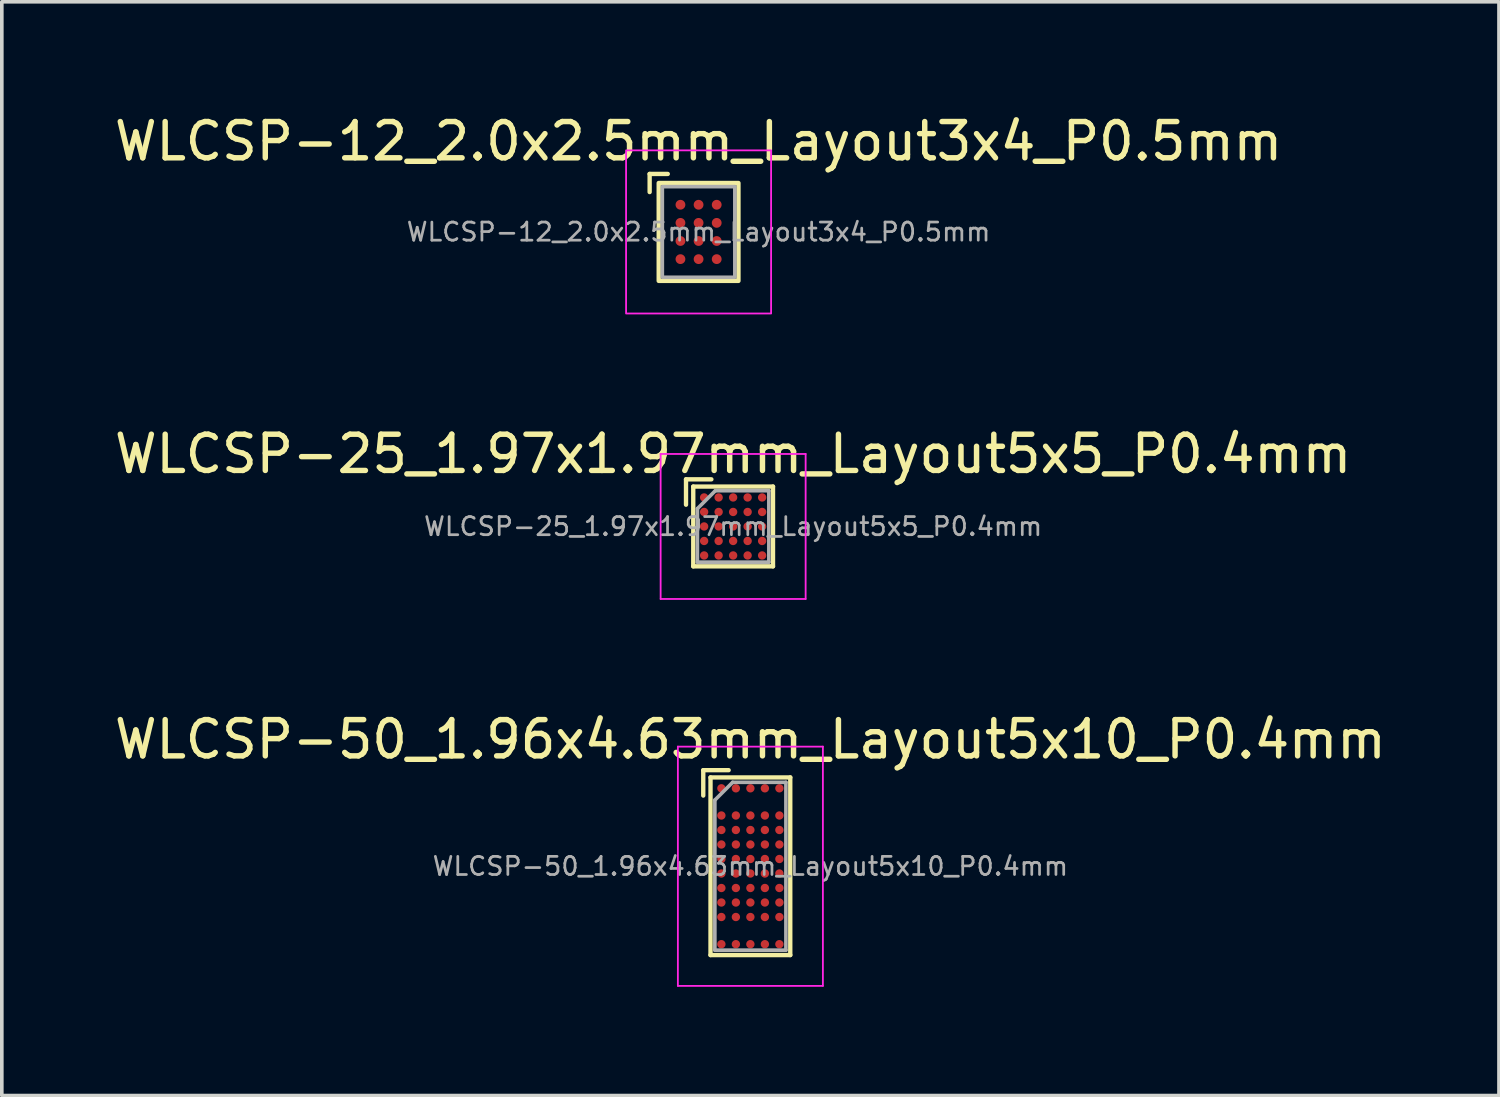
<source format=kicad_pcb>
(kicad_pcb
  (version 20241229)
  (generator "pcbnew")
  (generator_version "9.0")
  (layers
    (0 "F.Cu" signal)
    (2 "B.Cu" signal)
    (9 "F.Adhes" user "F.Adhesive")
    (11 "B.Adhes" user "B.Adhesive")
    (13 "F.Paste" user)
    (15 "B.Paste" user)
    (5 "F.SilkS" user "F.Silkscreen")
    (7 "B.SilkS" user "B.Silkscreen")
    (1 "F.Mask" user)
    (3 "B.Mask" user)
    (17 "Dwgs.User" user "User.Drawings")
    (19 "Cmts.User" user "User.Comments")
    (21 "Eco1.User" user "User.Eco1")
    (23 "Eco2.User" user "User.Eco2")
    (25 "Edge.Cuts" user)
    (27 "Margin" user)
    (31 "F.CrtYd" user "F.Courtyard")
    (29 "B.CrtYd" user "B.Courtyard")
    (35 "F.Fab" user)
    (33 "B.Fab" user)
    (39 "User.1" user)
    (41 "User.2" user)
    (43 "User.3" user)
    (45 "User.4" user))
  (footprint "WLCSP-50_1.96x4.63mm_Layout5x10_P0.4mm"
    (layer "F.Cu")
    (at 17.649 20.845)
    (property "Reference" "WLCSP-50_1.96x4.63mm_Layout5x10_P0.4mm" (at 0 -3.5 0) (layer "F.SilkS") (effects (font (size 1 1) (thickness 0.15))))
    (attr smd)
    (fp_line (start -1.3 -2.65) (end -1.3 -1.95) (stroke (width 0.12) (type solid)) (layer "F.SilkS"))
    (fp_line (start -1.1 -2.45) (end 1.1 -2.45) (stroke (width 0.12) (type solid)) (layer "F.SilkS"))
    (fp_line (start -1.1 2.45) (end -1.1 -2.45) (stroke (width 0.12) (type solid)) (layer "F.SilkS"))
    (fp_line (start -0.6 -2.65) (end -1.3 -2.65) (stroke (width 0.12) (type solid)) (layer "F.SilkS"))
    (fp_line (start 1.1 -2.45) (end 1.1 2.45) (stroke (width 0.12) (type solid)) (layer "F.SilkS"))
    (fp_line (start 1.1 2.45) (end -1.1 2.45) (stroke (width 0.12) (type solid)) (layer "F.SilkS"))
    (fp_line (start -2 -3.3) (end 2 -3.3) (stroke (width 0.05) (type solid)) (layer "F.CrtYd"))
    (fp_line (start -2 3.3) (end -2 -3.3) (stroke (width 0.05) (type solid)) (layer "F.CrtYd"))
    (fp_line (start 2 -3.3) (end 2 3.3) (stroke (width 0.05) (type solid)) (layer "F.CrtYd"))
    (fp_line (start 2 3.3) (end -2 3.3) (stroke (width 0.05) (type solid)) (layer "F.CrtYd"))
    (fp_line (start -0.98 -1.825) (end -0.49 -2.315) (stroke (width 0.1) (type solid)) (layer "F.Fab"))
    (fp_line (start -0.98 2.315) (end -0.98 -1.825) (stroke (width 0.1) (type solid)) (layer "F.Fab"))
    (fp_line (start -0.49 -2.315) (end 0.98 -2.315) (stroke (width 0.1) (type solid)) (layer "F.Fab"))
    (fp_line (start 0.98 -2.315) (end 0.98 2.315) (stroke (width 0.1) (type solid)) (layer "F.Fab"))
    (fp_line (start 0.98 2.315) (end -0.98 2.315) (stroke (width 0.1) (type solid)) (layer "F.Fab"))
    (fp_text user "${REFERENCE}" (at 0 0 0) (layer "F.Fab") (effects (font (size 0.5 0.5) (thickness 0.075))))
    (pad "A1" smd circle (at -0.8 -2.15) (size 0.23 0.23) (layers "F.Cu" "F.Mask" "F.Paste"))
    (pad "A2" smd circle (at -0.4 -2.15) (size 0.23 0.23) (layers "F.Cu" "F.Mask" "F.Paste"))
    (pad "A3" smd circle (at 0 -2.15) (size 0.23 0.23) (layers "F.Cu" "F.Mask" "F.Paste"))
    (pad "A4" smd circle (at 0.4 -2.15) (size 0.23 0.23) (layers "F.Cu" "F.Mask" "F.Paste"))
    (pad "A5" smd circle (at 0.8 -2.15) (size 0.23 0.23) (layers "F.Cu" "F.Mask" "F.Paste"))
    (pad "B1" smd circle (at -0.8 -1.4) (size 0.23 0.23) (layers "F.Cu" "F.Mask" "F.Paste"))
    (pad "B2" smd circle (at -0.4 -1.4) (size 0.23 0.23) (layers "F.Cu" "F.Mask" "F.Paste"))
    (pad "B3" smd circle (at 0 -1.4) (size 0.23 0.23) (layers "F.Cu" "F.Mask" "F.Paste"))
    (pad "B4" smd circle (at 0.4 -1.4) (size 0.23 0.23) (layers "F.Cu" "F.Mask" "F.Paste"))
    (pad "B5" smd circle (at 0.8 -1.4) (size 0.23 0.23) (layers "F.Cu" "F.Mask" "F.Paste"))
    (pad "C1" smd circle (at -0.8 -1) (size 0.23 0.23) (layers "F.Cu" "F.Mask" "F.Paste"))
    (pad "C2" smd circle (at -0.4 -1) (size 0.23 0.23) (layers "F.Cu" "F.Mask" "F.Paste"))
    (pad "C3" smd circle (at 0 -1) (size 0.23 0.23) (layers "F.Cu" "F.Mask" "F.Paste"))
    (pad "C4" smd circle (at 0.4 -1) (size 0.23 0.23) (layers "F.Cu" "F.Mask" "F.Paste"))
    (pad "C5" smd circle (at 0.8 -1) (size 0.23 0.23) (layers "F.Cu" "F.Mask" "F.Paste"))
    (pad "D1" smd circle (at -0.8 -0.6) (size 0.23 0.23) (layers "F.Cu" "F.Mask" "F.Paste"))
    (pad "D2" smd circle (at -0.4 -0.6) (size 0.23 0.23) (layers "F.Cu" "F.Mask" "F.Paste"))
    (pad "D3" smd circle (at 0 -0.6) (size 0.23 0.23) (layers "F.Cu" "F.Mask" "F.Paste"))
    (pad "D4" smd circle (at 0.4 -0.6) (size 0.23 0.23) (layers "F.Cu" "F.Mask" "F.Paste"))
    (pad "D5" smd circle (at 0.8 -0.6) (size 0.23 0.23) (layers "F.Cu" "F.Mask" "F.Paste"))
    (pad "E1" smd circle (at -0.8 -0.2) (size 0.23 0.23) (layers "F.Cu" "F.Mask" "F.Paste"))
    (pad "E2" smd circle (at -0.4 -0.2) (size 0.23 0.23) (layers "F.Cu" "F.Mask" "F.Paste"))
    (pad "E3" smd circle (at 0 -0.2) (size 0.23 0.23) (layers "F.Cu" "F.Mask" "F.Paste"))
    (pad "E4" smd circle (at 0.4 -0.2) (size 0.23 0.23) (layers "F.Cu" "F.Mask" "F.Paste"))
    (pad "E5" smd circle (at 0.8 -0.2) (size 0.23 0.23) (layers "F.Cu" "F.Mask" "F.Paste"))
    (pad "F1" smd circle (at -0.8 0.2) (size 0.23 0.23) (layers "F.Cu" "F.Mask" "F.Paste"))
    (pad "F2" smd circle (at -0.4 0.2) (size 0.23 0.23) (layers "F.Cu" "F.Mask" "F.Paste"))
    (pad "F3" smd circle (at 0 0.2) (size 0.23 0.23) (layers "F.Cu" "F.Mask" "F.Paste"))
    (pad "F4" smd circle (at 0.4 0.2) (size 0.23 0.23) (layers "F.Cu" "F.Mask" "F.Paste"))
    (pad "F5" smd circle (at 0.8 0.2) (size 0.23 0.23) (layers "F.Cu" "F.Mask" "F.Paste"))
    (pad "G1" smd circle (at -0.8 0.6) (size 0.23 0.23) (layers "F.Cu" "F.Mask" "F.Paste"))
    (pad "G2" smd circle (at -0.4 0.6) (size 0.23 0.23) (layers "F.Cu" "F.Mask" "F.Paste"))
    (pad "G3" smd circle (at 0 0.6) (size 0.23 0.23) (layers "F.Cu" "F.Mask" "F.Paste"))
    (pad "G4" smd circle (at 0.4 0.6) (size 0.23 0.23) (layers "F.Cu" "F.Mask" "F.Paste"))
    (pad "G5" smd circle (at 0.8 0.6) (size 0.23 0.23) (layers "F.Cu" "F.Mask" "F.Paste"))
    (pad "H1" smd circle (at -0.8 1) (size 0.23 0.23) (layers "F.Cu" "F.Mask" "F.Paste"))
    (pad "H2" smd circle (at -0.4 1) (size 0.23 0.23) (layers "F.Cu" "F.Mask" "F.Paste"))
    (pad "H3" smd circle (at 0 1) (size 0.23 0.23) (layers "F.Cu" "F.Mask" "F.Paste"))
    (pad "H4" smd circle (at 0.4 1) (size 0.23 0.23) (layers "F.Cu" "F.Mask" "F.Paste"))
    (pad "H5" smd circle (at 0.8 1) (size 0.23 0.23) (layers "F.Cu" "F.Mask" "F.Paste"))
    (pad "J1" smd circle (at -0.8 1.4) (size 0.23 0.23) (layers "F.Cu" "F.Mask" "F.Paste"))
    (pad "J2" smd circle (at -0.4 1.4) (size 0.23 0.23) (layers "F.Cu" "F.Mask" "F.Paste"))
    (pad "J3" smd circle (at 0 1.4) (size 0.23 0.23) (layers "F.Cu" "F.Mask" "F.Paste"))
    (pad "J4" smd circle (at 0.4 1.4) (size 0.23 0.23) (layers "F.Cu" "F.Mask" "F.Paste"))
    (pad "J5" smd circle (at 0.8 1.4) (size 0.23 0.23) (layers "F.Cu" "F.Mask" "F.Paste"))
    (pad "K1" smd circle (at -0.8 2.15) (size 0.23 0.23) (layers "F.Cu" "F.Mask" "F.Paste"))
    (pad "K2" smd circle (at -0.4 2.15) (size 0.23 0.23) (layers "F.Cu" "F.Mask" "F.Paste"))
    (pad "K3" smd circle (at 0 2.15) (size 0.23 0.23) (layers "F.Cu" "F.Mask" "F.Paste"))
    (pad "K4" smd circle (at 0.4 2.15) (size 0.23 0.23) (layers "F.Cu" "F.Mask" "F.Paste"))
    (pad "K5" smd circle (at 0.8 2.15) (size 0.23 0.23) (layers "F.Cu" "F.Mask" "F.Paste")))
  (footprint "WLCSP-25_1.97x1.97mm_Layout5x5_P0.4mm"
    (layer "F.Cu")
    (at 17.173 11.472)
    (property "Reference" "WLCSP-25_1.97x1.97mm_Layout5x5_P0.4mm" (at 0 -2 0) (layer "F.SilkS") (effects (font (size 1 1) (thickness 0.15))))
    (attr smd)
    (fp_line (start -1.3 -1.3) (end -1.3 -0.6) (stroke (width 0.12) (type solid)) (layer "F.SilkS"))
    (fp_line (start -1.1 -1.1) (end 1.1 -1.1) (stroke (width 0.12) (type solid)) (layer "F.SilkS"))
    (fp_line (start -1.1 1.1) (end -1.1 -1.1) (stroke (width 0.12) (type solid)) (layer "F.SilkS"))
    (fp_line (start -0.6 -1.3) (end -1.3 -1.3) (stroke (width 0.12) (type solid)) (layer "F.SilkS"))
    (fp_line (start 1.1 -1.1) (end 1.1 1.1) (stroke (width 0.12) (type solid)) (layer "F.SilkS"))
    (fp_line (start 1.1 1.1) (end -1.1 1.1) (stroke (width 0.12) (type solid)) (layer "F.SilkS"))
    (fp_line (start -2 -2) (end 2 -2) (stroke (width 0.05) (type solid)) (layer "F.CrtYd"))
    (fp_line (start -2 2) (end -2 -2) (stroke (width 0.05) (type solid)) (layer "F.CrtYd"))
    (fp_line (start 2 -2) (end 2 2) (stroke (width 0.05) (type solid)) (layer "F.CrtYd"))
    (fp_line (start 2 2) (end -2 2) (stroke (width 0.05) (type solid)) (layer "F.CrtYd"))
    (fp_line (start -0.985 -0.492) (end -0.492 -0.985) (stroke (width 0.1) (type solid)) (layer "F.Fab"))
    (fp_line (start -0.985 0.985) (end -0.985 -0.492) (stroke (width 0.1) (type solid)) (layer "F.Fab"))
    (fp_line (start -0.492 -0.985) (end 0.985 -0.985) (stroke (width 0.1) (type solid)) (layer "F.Fab"))
    (fp_line (start 0.985 -0.985) (end 0.985 0.985) (stroke (width 0.1) (type solid)) (layer "F.Fab"))
    (fp_line (start 0.985 0.985) (end -0.985 0.985) (stroke (width 0.1) (type solid)) (layer "F.Fab"))
    (fp_text user "${REFERENCE}" (at 0 0 0) (layer "F.Fab") (effects (font (size 0.5 0.5) (thickness 0.075))))
    (pad "A1" smd circle (at -0.8 -0.8) (size 0.23 0.23) (layers "F.Cu" "F.Mask" "F.Paste"))
    (pad "A2" smd circle (at -0.4 -0.8) (size 0.23 0.23) (layers "F.Cu" "F.Mask" "F.Paste"))
    (pad "A3" smd circle (at 0 -0.8) (size 0.23 0.23) (layers "F.Cu" "F.Mask" "F.Paste"))
    (pad "A4" smd circle (at 0.4 -0.8) (size 0.23 0.23) (layers "F.Cu" "F.Mask" "F.Paste"))
    (pad "A5" smd circle (at 0.8 -0.8) (size 0.23 0.23) (layers "F.Cu" "F.Mask" "F.Paste"))
    (pad "B1" smd circle (at -0.8 -0.4) (size 0.23 0.23) (layers "F.Cu" "F.Mask" "F.Paste"))
    (pad "B2" smd circle (at -0.4 -0.4) (size 0.23 0.23) (layers "F.Cu" "F.Mask" "F.Paste"))
    (pad "B3" smd circle (at 0 -0.4) (size 0.23 0.23) (layers "F.Cu" "F.Mask" "F.Paste"))
    (pad "B4" smd circle (at 0.4 -0.4) (size 0.23 0.23) (layers "F.Cu" "F.Mask" "F.Paste"))
    (pad "B5" smd circle (at 0.8 -0.4) (size 0.23 0.23) (layers "F.Cu" "F.Mask" "F.Paste"))
    (pad "C1" smd circle (at -0.8 0) (size 0.23 0.23) (layers "F.Cu" "F.Mask" "F.Paste"))
    (pad "C2" smd circle (at -0.4 0) (size 0.23 0.23) (layers "F.Cu" "F.Mask" "F.Paste"))
    (pad "C3" smd circle (at 0 0) (size 0.23 0.23) (layers "F.Cu" "F.Mask" "F.Paste"))
    (pad "C4" smd circle (at 0.4 0) (size 0.23 0.23) (layers "F.Cu" "F.Mask" "F.Paste"))
    (pad "C5" smd circle (at 0.8 0) (size 0.23 0.23) (layers "F.Cu" "F.Mask" "F.Paste"))
    (pad "D1" smd circle (at -0.8 0.4) (size 0.23 0.23) (layers "F.Cu" "F.Mask" "F.Paste"))
    (pad "D2" smd circle (at -0.4 0.4) (size 0.23 0.23) (layers "F.Cu" "F.Mask" "F.Paste"))
    (pad "D3" smd circle (at 0 0.4) (size 0.23 0.23) (layers "F.Cu" "F.Mask" "F.Paste"))
    (pad "D4" smd circle (at 0.4 0.4) (size 0.23 0.23) (layers "F.Cu" "F.Mask" "F.Paste"))
    (pad "D5" smd circle (at 0.8 0.4) (size 0.23 0.23) (layers "F.Cu" "F.Mask" "F.Paste"))
    (pad "E1" smd circle (at -0.8 0.8) (size 0.23 0.23) (layers "F.Cu" "F.Mask" "F.Paste"))
    (pad "E2" smd circle (at -0.4 0.8) (size 0.23 0.23) (layers "F.Cu" "F.Mask" "F.Paste"))
    (pad "E3" smd circle (at 0 0.8) (size 0.23 0.23) (layers "F.Cu" "F.Mask" "F.Paste"))
    (pad "E4" smd circle (at 0.4 0.8) (size 0.23 0.23) (layers "F.Cu" "F.Mask" "F.Paste"))
    (pad "E5" smd circle (at 0.8 0.8) (size 0.23 0.23) (layers "F.Cu" "F.Mask" "F.Paste")))
  (footprint "WLCSP-12_2.0x2.5mm_Layout3x4_P0.5mm"
    (layer "F.Cu")
    (at 16.22 3.348)
    (property "Reference" "WLCSP-12_2.0x2.5mm_Layout3x4_P0.5mm" (at 0 -2.5 0) (unlocked yes) (layer "F.SilkS") (effects (font (size 1 1) (thickness 0.15))))
    (attr smd)
    (fp_line (start -1.35 -1.6) (end -0.85 -1.6) (stroke (width 0.12) (type solid)) (layer "F.SilkS"))
    (fp_line (start -1.35 -1.1) (end -1.35 -1.6) (stroke (width 0.12) (type solid)) (layer "F.SilkS"))
    (fp_rect (start -1.1 -1.35) (end 1.1 1.35) (stroke (width 0.12) (type solid)) (fill no) (layer "F.SilkS"))
    (fp_rect (start -2 -2.25) (end 2 2.25) (stroke (width 0.05) (type solid)) (fill no) (layer "F.CrtYd"))
    (fp_rect (start -1 -1.25) (end 1 1.25) (stroke (width 0.1) (type solid)) (fill no) (layer "F.Fab"))
    (fp_text user "${REFERENCE}" (at 0 0 0) (unlocked yes) (layer "F.Fab") (effects (font (size 0.5 0.5) (thickness 0.075))))
    (pad "A1" smd circle (at -0.5 -0.75) (size 0.27 0.27) (layers "F.Cu" "F.Mask" "F.Paste"))
    (pad "A2" smd circle (at 0 -0.75) (size 0.27 0.27) (layers "F.Cu" "F.Mask" "F.Paste"))
    (pad "A3" smd circle (at 0.5 -0.75) (size 0.27 0.27) (layers "F.Cu" "F.Mask" "F.Paste"))
    (pad "B1" smd circle (at -0.5 -0.25) (size 0.27 0.27) (layers "F.Cu" "F.Mask" "F.Paste"))
    (pad "B2" smd circle (at 0 -0.25) (size 0.27 0.27) (layers "F.Cu" "F.Mask" "F.Paste"))
    (pad "B3" smd circle (at 0.5 -0.25) (size 0.27 0.27) (layers "F.Cu" "F.Mask" "F.Paste"))
    (pad "C1" smd circle (at -0.5 0.25) (size 0.27 0.27) (layers "F.Cu" "F.Mask" "F.Paste"))
    (pad "C2" smd circle (at 0 0.25) (size 0.27 0.27) (layers "F.Cu" "F.Mask" "F.Paste"))
    (pad "C3" smd circle (at 0.5 0.25) (size 0.27 0.27) (layers "F.Cu" "F.Mask" "F.Paste"))
    (pad "D1" smd circle (at -0.5 0.75) (size 0.27 0.27) (layers "F.Cu" "F.Mask" "F.Paste"))
    (pad "D2" smd circle (at 0 0.75) (size 0.27 0.27) (layers "F.Cu" "F.Mask" "F.Paste"))
    (pad "D3" smd circle (at 0.5 0.75) (size 0.27 0.27) (layers "F.Cu" "F.Mask" "F.Paste")))
  (gr_rect
    (start -3 -3)
    (end 38.298 27.17)
    (stroke (width 0.1) (type default))
    (fill no)
    (layer "Edge.Cuts")))
</source>
